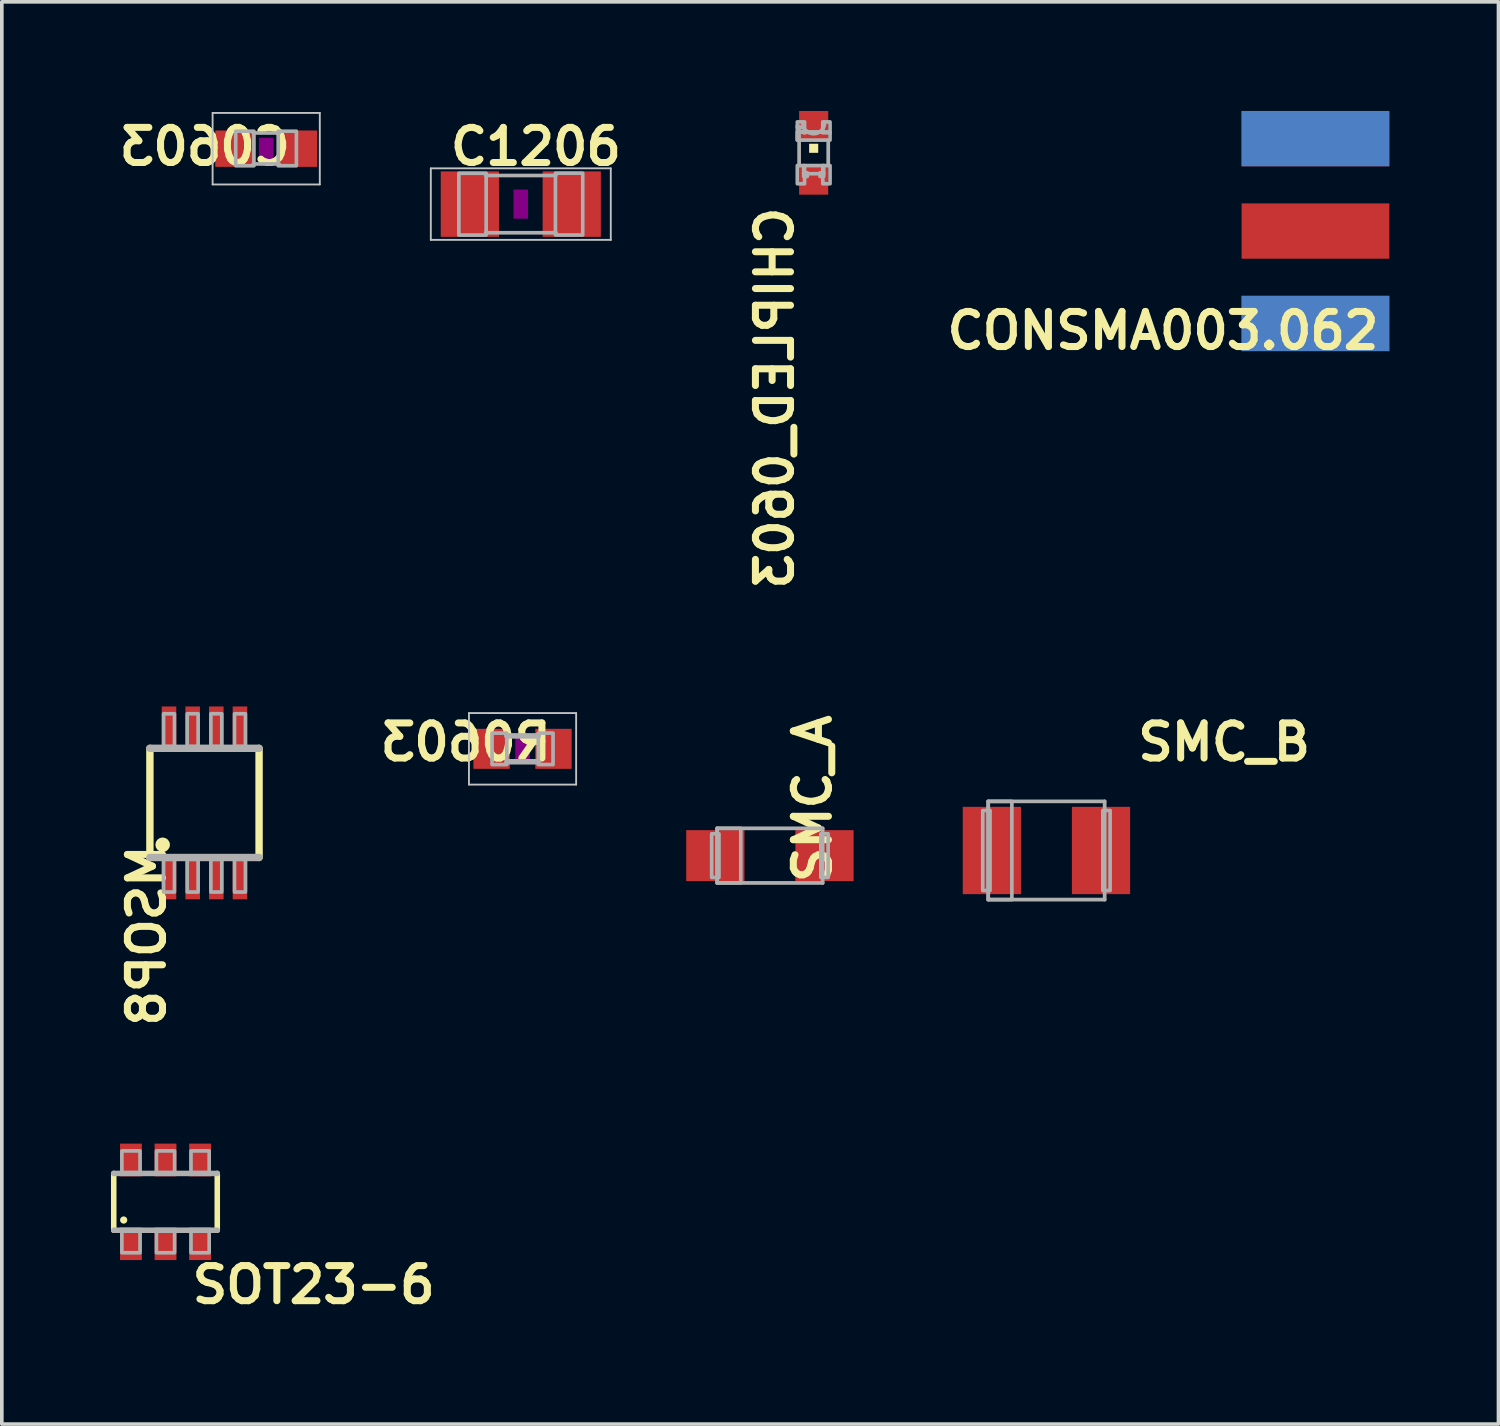
<source format=kicad_pcb>
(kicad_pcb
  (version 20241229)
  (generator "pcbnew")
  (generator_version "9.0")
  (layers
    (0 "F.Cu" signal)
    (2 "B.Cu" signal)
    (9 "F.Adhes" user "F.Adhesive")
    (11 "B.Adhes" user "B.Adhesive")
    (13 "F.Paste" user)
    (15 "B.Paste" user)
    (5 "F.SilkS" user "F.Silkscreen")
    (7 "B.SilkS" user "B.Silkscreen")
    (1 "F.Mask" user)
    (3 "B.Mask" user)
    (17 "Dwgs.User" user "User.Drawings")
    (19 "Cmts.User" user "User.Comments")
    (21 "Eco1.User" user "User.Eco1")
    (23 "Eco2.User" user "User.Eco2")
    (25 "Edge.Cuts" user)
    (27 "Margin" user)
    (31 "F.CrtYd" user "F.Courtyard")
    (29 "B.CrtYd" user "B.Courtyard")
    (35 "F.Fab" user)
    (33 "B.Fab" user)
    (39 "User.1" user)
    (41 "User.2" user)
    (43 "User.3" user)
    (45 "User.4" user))
  (footprint "SMC_B"
    (layer "F.Cu")
    (at 25.709 20.324)
    (property "Reference" "SMC_B" (at 2.413 -2.413 180) (layer "F.SilkS") (effects (font (size 0.965 0.965) (thickness 0.193)) (justify left bottom)))
    (attr through_hole)
    (fp_line (start -1.6 -1.35) (end 1.6 -1.35) (stroke (width 0.102) (type solid)) (layer "F.Fab"))
    (fp_line (start -1.6 1.35) (end -1.6 -1.35) (stroke (width 0.102) (type solid)) (layer "F.Fab"))
    (fp_line (start 1.6 -1.35) (end 1.6 1.35) (stroke (width 0.102) (type solid)) (layer "F.Fab"))
    (fp_line (start 1.6 1.35) (end -1.6 1.35) (stroke (width 0.102) (type solid)) (layer "F.Fab"))
    (fp_poly (pts (xy -1.75 1.1) (xy -1.55 1.1) (xy -1.55 -1.1) (xy -1.75 -1.1)) (stroke (width 0.1) (type solid)) (fill no) (layer "F.Fab"))
    (fp_poly (pts (xy -1.6 1.35) (xy -0.95 1.35) (xy -0.95 -1.35) (xy -1.6 -1.35)) (stroke (width 0.1) (type solid)) (fill no) (layer "F.Fab"))
    (fp_poly (pts (xy 1.75 -1.1) (xy 1.55 -1.1) (xy 1.55 1.1) (xy 1.75 1.1)) (stroke (width 0.1) (type solid)) (fill no) (layer "F.Fab"))
    (pad "+" smd rect (at -1.5 0) (size 1.6 2.4) (layers "F.Cu" "F.Mask" "F.Paste"))
    (pad "-" smd rect (at 1.5 0 180) (size 1.6 2.4) (layers "F.Cu" "F.Mask" "F.Paste")))
  (footprint "C0603"
    (layer "F.Cu")
    (at 4.266 1.036)
    (property "Reference" "C0603" (at 0.762 0.508 180) (layer "F.SilkS") (effects (font (size 0.965 0.965) (thickness 0.193)) (justify left bottom mirror)))
    (attr through_hole)
    (fp_poly (pts (xy -0.2 0.3) (xy 0.2 0.3) (xy 0.2 -0.3) (xy -0.2 -0.3)) (stroke (width 0) (type solid)) (fill yes) (layer "F.Adhes"))
    (fp_line (start -1.473 -0.983) (end 1.473 -0.983) (stroke (width 0.051) (type solid)) (layer "Dwgs.User"))
    (fp_line (start -1.473 0.983) (end -1.473 -0.983) (stroke (width 0.051) (type solid)) (layer "Dwgs.User"))
    (fp_line (start 1.473 -0.983) (end 1.473 0.983) (stroke (width 0.051) (type solid)) (layer "Dwgs.User"))
    (fp_line (start 1.473 0.983) (end -1.473 0.983) (stroke (width 0.051) (type solid)) (layer "Dwgs.User"))
    (fp_line (start -0.356 -0.432) (end 0.356 -0.432) (stroke (width 0.102) (type solid)) (layer "F.Fab"))
    (fp_line (start -0.356 0.419) (end 0.356 0.419) (stroke (width 0.102) (type solid)) (layer "F.Fab"))
    (fp_poly (pts (xy -0.838 0.47) (xy -0.338 0.47) (xy -0.338 -0.48) (xy -0.838 -0.48)) (stroke (width 0.1) (type solid)) (fill no) (layer "F.Fab"))
    (fp_poly (pts (xy 0.33 0.47) (xy 0.83 0.47) (xy 0.83 -0.48) (xy 0.33 -0.48)) (stroke (width 0.1) (type solid)) (fill no) (layer "F.Fab"))
    (pad "1" smd rect (at -0.85 0) (size 1.1 1) (layers "F.Cu" "F.Mask" "F.Paste"))
    (pad "2" smd rect (at 0.85 0) (size 1.1 1) (layers "F.Cu" "F.Mask" "F.Paste")))
  (footprint "MSOP8"
    (layer "F.Cu")
    (at 2.57 19.016)
    (property "Reference" "MSOP8" (at -1.026 1.06 270) (layer "F.SilkS") (effects (font (size 0.965 0.965) (thickness 0.193)) (justify left bottom mirror)))
    (attr through_hole)
    (fp_line (start -1.5 -1.5) (end -1.5 1.5) (stroke (width 0.203) (type solid)) (layer "F.SilkS"))
    (fp_line (start 1.5 1.5) (end 1.5 -1.5) (stroke (width 0.203) (type solid)) (layer "F.SilkS"))
    (fp_circle (center -1.15 1.15) (end -1.05 1.15) (stroke (width 0.2) (type solid)) (fill no) (layer "F.SilkS"))
    (fp_line (start -1.5 1.5) (end 1.5 1.5) (stroke (width 0.203) (type solid)) (layer "F.Fab"))
    (fp_line (start 1.5 -1.5) (end -1.5 -1.5) (stroke (width 0.203) (type solid)) (layer "F.Fab"))
    (fp_poly (pts (xy -1.125 -1.55) (xy -0.825 -1.55) (xy -0.825 -2.45) (xy -1.125 -2.45)) (stroke (width 0.1) (type solid)) (fill no) (layer "F.Fab"))
    (fp_poly (pts (xy -1.125 2.45) (xy -0.825 2.45) (xy -0.825 1.55) (xy -1.125 1.55)) (stroke (width 0.1) (type solid)) (fill no) (layer "F.Fab"))
    (fp_poly (pts (xy -0.475 -1.55) (xy -0.175 -1.55) (xy -0.175 -2.45) (xy -0.475 -2.45)) (stroke (width 0.1) (type solid)) (fill no) (layer "F.Fab"))
    (fp_poly (pts (xy -0.475 2.45) (xy -0.175 2.45) (xy -0.175 1.55) (xy -0.475 1.55)) (stroke (width 0.1) (type solid)) (fill no) (layer "F.Fab"))
    (fp_poly (pts (xy 0.175 -1.55) (xy 0.475 -1.55) (xy 0.475 -2.45) (xy 0.175 -2.45)) (stroke (width 0.1) (type solid)) (fill no) (layer "F.Fab"))
    (fp_poly (pts (xy 0.175 2.45) (xy 0.475 2.45) (xy 0.475 1.55) (xy 0.175 1.55)) (stroke (width 0.1) (type solid)) (fill no) (layer "F.Fab"))
    (fp_poly (pts (xy 0.825 -1.55) (xy 1.125 -1.55) (xy 1.125 -2.45) (xy 0.825 -2.45)) (stroke (width 0.1) (type solid)) (fill no) (layer "F.Fab"))
    (fp_poly (pts (xy 0.825 2.45) (xy 1.125 2.45) (xy 1.125 1.55) (xy 0.825 1.55)) (stroke (width 0.1) (type solid)) (fill no) (layer "F.Fab"))
    (pad "1" smd rect (at -0.975 2.05) (size 0.4 1.2) (layers "F.Cu" "F.Mask" "F.Paste"))
    (pad "2" smd rect (at -0.325 2.05) (size 0.4 1.2) (layers "F.Cu" "F.Mask" "F.Paste"))
    (pad "3" smd rect (at 0.325 2.05) (size 0.4 1.2) (layers "F.Cu" "F.Mask" "F.Paste"))
    (pad "4" smd rect (at 0.975 2.05) (size 0.4 1.2) (layers "F.Cu" "F.Mask" "F.Paste"))
    (pad "5" smd rect (at 0.975 -2.05) (size 0.4 1.2) (layers "F.Cu" "F.Mask" "F.Paste"))
    (pad "6" smd rect (at 0.325 -2.05) (size 0.4 1.2) (layers "F.Cu" "F.Mask" "F.Paste"))
    (pad "7" smd rect (at -0.325 -2.05) (size 0.4 1.2) (layers "F.Cu" "F.Mask" "F.Paste"))
    (pad "8" smd rect (at -0.975 -2.05) (size 0.4 1.2) (layers "F.Cu" "F.Mask" "F.Paste")))
  (footprint "SMC_A"
    (layer "F.Cu")
    (at 18.109 20.465)
    (property "Reference" "SMC_A" (at 1.737 0.838 270) (layer "F.SilkS") (effects (font (size 0.965 0.965) (thickness 0.193)) (justify left bottom)))
    (attr through_hole)
    (fp_line (start -1.45 -0.75) (end 1.45 -0.75) (stroke (width 0.102) (type solid)) (layer "F.Fab"))
    (fp_line (start -1.45 0.75) (end -1.45 -0.75) (stroke (width 0.102) (type solid)) (layer "F.Fab"))
    (fp_line (start 1.45 -0.75) (end 1.45 0.75) (stroke (width 0.102) (type solid)) (layer "F.Fab"))
    (fp_line (start 1.45 0.75) (end -1.45 0.75) (stroke (width 0.102) (type solid)) (layer "F.Fab"))
    (fp_poly (pts (xy -1.6 0.6) (xy -1.4 0.6) (xy -1.4 -0.6) (xy -1.6 -0.6)) (stroke (width 0.1) (type solid)) (fill no) (layer "F.Fab"))
    (fp_poly (pts (xy -1.45 0.75) (xy -0.8 0.75) (xy -0.8 -0.75) (xy -1.45 -0.75)) (stroke (width 0.1) (type solid)) (fill no) (layer "F.Fab"))
    (fp_poly (pts (xy 1.6 -0.6) (xy 1.4 -0.6) (xy 1.4 0.6) (xy 1.6 0.6)) (stroke (width 0.1) (type solid)) (fill no) (layer "F.Fab"))
    (pad "+" smd rect (at -1.5 0) (size 1.6 1.4) (layers "F.Cu" "F.Mask" "F.Paste"))
    (pad "-" smd rect (at 1.5 0 180) (size 1.6 1.4) (layers "F.Cu" "F.Mask" "F.Paste")))
  (footprint "CHIPLED_0603"
    (layer "F.Cu")
    (at 19.312 1.15)
    (property "Reference" "CHIPLED_0603" (at -0.508 1.397 270) (layer "F.SilkS") (effects (font (size 0.965 0.965) (thickness 0.193)) (justify left bottom mirror)))
    (attr through_hole)
    (fp_poly (pts (xy -0.125 0) (xy 0.125 0) (xy 0.125 -0.25) (xy -0.125 -0.25)) (stroke (width 0) (type solid)) (fill yes) (layer "F.SilkS"))
    (fp_line (start -0.4 -0.375) (end -0.4 0.35) (stroke (width 0.102) (type solid)) (layer "F.Fab"))
    (fp_line (start 0.4 -0.35) (end 0.4 0.35) (stroke (width 0.102) (type solid)) (layer "F.Fab"))
    (fp_arc (start -0.275 0.825) (mid 0 0.55) (end 0.275 0.825) (stroke (width 0.0508) (type solid)) (layer "F.Fab"))
    (fp_arc (start 0.3 -0.799998) (mid -0.000001 -0.524966) (end -0.3 -0.8) (stroke (width 0.1016) (type solid)) (layer "F.Fab"))
    (fp_circle (center -0.35 -0.625) (end -0.275 -0.625) (stroke (width 0.051) (type solid)) (fill no) (layer "F.Fab"))
    (fp_poly (pts (xy -0.45 -0.7) (xy -0.25 -0.7) (xy -0.25 -0.85) (xy -0.45 -0.85)) (stroke (width 0.1) (type solid)) (fill no) (layer "F.Fab"))
    (fp_poly (pts (xy -0.45 -0.35) (xy -0.4 -0.35) (xy -0.4 -0.725) (xy -0.45 -0.725)) (stroke (width 0.1) (type solid)) (fill no) (layer "F.Fab"))
    (fp_poly (pts (xy -0.45 -0.35) (xy 0.45 -0.35) (xy 0.45 -0.575) (xy -0.45 -0.575)) (stroke (width 0.1) (type solid)) (fill no) (layer "F.Fab"))
    (fp_poly (pts (xy -0.45 0.85) (xy -0.25 0.85) (xy -0.25 0.35) (xy -0.45 0.35)) (stroke (width 0.1) (type solid)) (fill no) (layer "F.Fab"))
    (fp_poly (pts (xy -0.275 -0.55) (xy -0.225 -0.55) (xy -0.225 -0.6) (xy -0.275 -0.6)) (stroke (width 0.1) (type solid)) (fill no) (layer "F.Fab"))
    (fp_poly (pts (xy -0.275 0.575) (xy 0.275 0.575) (xy 0.275 0.35) (xy -0.275 0.35)) (stroke (width 0.1) (type solid)) (fill no) (layer "F.Fab"))
    (fp_poly (pts (xy -0.275 0.65) (xy -0.175 0.65) (xy -0.175 0.55) (xy -0.275 0.55)) (stroke (width 0.1) (type solid)) (fill no) (layer "F.Fab"))
    (fp_poly (pts (xy 0.175 0.65) (xy 0.275 0.65) (xy 0.275 0.55) (xy 0.175 0.55)) (stroke (width 0.1) (type solid)) (fill no) (layer "F.Fab"))
    (fp_poly (pts (xy 0.25 -0.55) (xy 0.45 -0.55) (xy 0.45 -0.85) (xy 0.25 -0.85)) (stroke (width 0.1) (type solid)) (fill no) (layer "F.Fab"))
    (fp_poly (pts (xy 0.25 0.85) (xy 0.45 0.85) (xy 0.45 0.35) (xy 0.25 0.35)) (stroke (width 0.1) (type solid)) (fill no) (layer "F.Fab"))
    (pad "A" smd rect (at 0 0.75) (size 0.8 0.8) (layers "F.Cu" "F.Mask" "F.Paste"))
    (pad "C" smd rect (at 0 -0.75) (size 0.8 0.8) (layers "F.Cu" "F.Mask" "F.Paste")))
  (footprint "CONSMA003.062"
    (layer "F.Cu")
    (at 33.102 3.3)
    (property "Reference" "CONSMA003.062" (at -4.191 3.302 0) (layer "F.SilkS") (effects (font (size 0.965 0.965) (thickness 0.193)) (justify bottom)))
    (attr through_hole)
    (pad "ANT" smd rect (at 0 0) (size 4.06 1.52) (layers "F.Cu" "F.Mask" "F.Paste"))
    (pad "GND1" smd rect (at 0 -2.54) (size 4.06 1.52) (layers "F.Cu" "F.Mask" "F.Paste"))
    (pad "GND2" smd rect (at 0 2.54) (size 4.06 1.52) (layers "F.Cu" "F.Mask" "F.Paste"))
    (pad "GND3" smd rect (at 0 -2.54 180) (size 4.06 1.52) (layers "B.Cu" "B.Mask" "B.Paste"))
    (pad "GND4" smd rect (at 0 2.54 180) (size 4.06 1.52) (layers "B.Cu" "B.Mask" "B.Paste")))
  (footprint "R0603"
    (layer "F.Cu")
    (at 11.311 17.53)
    (property "Reference" "R0603" (at 0.889 0.381 180) (layer "F.SilkS") (effects (font (size 0.965 0.965) (thickness 0.193)) (justify left bottom mirror)))
    (attr through_hole)
    (fp_poly (pts (xy -0.2 0.4) (xy 0.2 0.4) (xy 0.2 -0.4) (xy -0.2 -0.4)) (stroke (width 0) (type solid)) (fill yes) (layer "F.Adhes"))
    (fp_line (start -1.473 -0.983) (end 1.473 -0.983) (stroke (width 0.051) (type solid)) (layer "Dwgs.User"))
    (fp_line (start -1.473 0.983) (end -1.473 -0.983) (stroke (width 0.051) (type solid)) (layer "Dwgs.User"))
    (fp_line (start 1.473 -0.983) (end 1.473 0.983) (stroke (width 0.051) (type solid)) (layer "Dwgs.User"))
    (fp_line (start 1.473 0.983) (end -1.473 0.983) (stroke (width 0.051) (type solid)) (layer "Dwgs.User"))
    (fp_line (start -0.432 0.356) (end 0.432 0.356) (stroke (width 0.152) (type solid)) (layer "F.Fab"))
    (fp_line (start 0.432 -0.356) (end -0.432 -0.356) (stroke (width 0.152) (type solid)) (layer "F.Fab"))
    (fp_poly (pts (xy -0.838 0.432) (xy -0.432 0.432) (xy -0.432 -0.432) (xy -0.838 -0.432)) (stroke (width 0.1) (type solid)) (fill no) (layer "F.Fab"))
    (fp_poly (pts (xy 0.432 0.432) (xy 0.838 0.432) (xy 0.838 -0.432) (xy 0.432 -0.432)) (stroke (width 0.1) (type solid)) (fill no) (layer "F.Fab"))
    (pad "1" smd rect (at -0.85 0) (size 1 1.1) (layers "F.Cu" "F.Mask" "F.Paste"))
    (pad "2" smd rect (at 0.85 0) (size 1 1.1) (layers "F.Cu" "F.Mask" "F.Paste")))
  (footprint "SOT23-6"
    (layer "F.Cu")
    (at 1.499 29.98)
    (property "Reference" "SOT23-6" (at 0.635 2.845 0) (layer "F.SilkS") (effects (font (size 0.965 0.965) (thickness 0.193)) (justify left bottom)))
    (attr through_hole)
    (fp_line (start -1.423 0.781) (end -1.423 -0.781) (stroke (width 0.152) (type solid)) (layer "F.SilkS"))
    (fp_line (start 1.422 -0.781) (end 1.422 0.781) (stroke (width 0.152) (type solid)) (layer "F.SilkS"))
    (fp_circle (center -1.15 0.5) (end -1.1 0.5) (stroke (width 0.1) (type solid)) (fill no) (layer "F.SilkS"))
    (fp_line (start -1.423 -0.781) (end 1.422 -0.781) (stroke (width 0.152) (type solid)) (layer "F.Fab"))
    (fp_line (start 1.422 0.781) (end -1.423 0.781) (stroke (width 0.152) (type solid)) (layer "F.Fab"))
    (fp_poly (pts (xy -1.2 -0.8) (xy -0.7 -0.8) (xy -0.7 -1.4) (xy -1.2 -1.4)) (stroke (width 0.1) (type solid)) (fill no) (layer "F.Fab"))
    (fp_poly (pts (xy -1.2 1.4) (xy -0.7 1.4) (xy -0.7 0.8) (xy -1.2 0.8)) (stroke (width 0.1) (type solid)) (fill no) (layer "F.Fab"))
    (fp_poly (pts (xy -0.25 -0.8) (xy 0.25 -0.8) (xy 0.25 -1.4) (xy -0.25 -1.4)) (stroke (width 0.1) (type solid)) (fill no) (layer "F.Fab"))
    (fp_poly (pts (xy -0.25 1.4) (xy 0.25 1.4) (xy 0.25 0.8) (xy -0.25 0.8)) (stroke (width 0.1) (type solid)) (fill no) (layer "F.Fab"))
    (fp_poly (pts (xy 0.7 -0.8) (xy 1.2 -0.8) (xy 1.2 -1.4) (xy 0.7 -1.4)) (stroke (width 0.1) (type solid)) (fill no) (layer "F.Fab"))
    (fp_poly (pts (xy 0.7 1.4) (xy 1.2 1.4) (xy 1.2 0.8) (xy 0.7 0.8)) (stroke (width 0.1) (type solid)) (fill no) (layer "F.Fab"))
    (pad "1" smd rect (at -0.95 1.15) (size 0.6 0.9) (layers "F.Cu" "F.Mask" "F.Paste"))
    (pad "2" smd rect (at 0 1.15) (size 0.6 0.9) (layers "F.Cu" "F.Mask" "F.Paste"))
    (pad "3" smd rect (at 0.95 1.15) (size 0.6 0.9) (layers "F.Cu" "F.Mask" "F.Paste"))
    (pad "4" smd rect (at 0.95 -1.15) (size 0.6 0.9) (layers "F.Cu" "F.Mask" "F.Paste"))
    (pad "5" smd rect (at 0 -1.15) (size 0.6 0.9) (layers "F.Cu" "F.Mask" "F.Paste"))
    (pad "6" smd rect (at -0.95 -1.15) (size 0.6 0.9) (layers "F.Cu" "F.Mask" "F.Paste")))
  (footprint "C1206"
    (layer "F.Cu")
    (at 11.263 2.56)
    (property "Reference" "C1206" (at -2.032 -1.016 0) (layer "F.SilkS") (effects (font (size 0.965 0.965) (thickness 0.193)) (justify left bottom)))
    (attr through_hole)
    (fp_poly (pts (xy -0.2 0.4) (xy 0.2 0.4) (xy 0.2 -0.4) (xy -0.2 -0.4)) (stroke (width 0) (type solid)) (fill yes) (layer "F.Adhes"))
    (fp_line (start -2.473 -0.983) (end 2.473 -0.983) (stroke (width 0.051) (type solid)) (layer "Dwgs.User"))
    (fp_line (start -2.473 0.983) (end -2.473 -0.983) (stroke (width 0.051) (type solid)) (layer "Dwgs.User"))
    (fp_line (start 2.473 -0.983) (end 2.473 0.983) (stroke (width 0.051) (type solid)) (layer "Dwgs.User"))
    (fp_line (start 2.473 0.983) (end -2.473 0.983) (stroke (width 0.051) (type solid)) (layer "Dwgs.User"))
    (fp_line (start -0.965 -0.787) (end 0.965 -0.787) (stroke (width 0.102) (type solid)) (layer "F.Fab"))
    (fp_line (start -0.965 0.787) (end 0.965 0.787) (stroke (width 0.102) (type solid)) (layer "F.Fab"))
    (fp_poly (pts (xy -1.702 0.851) (xy -0.952 0.851) (xy -0.952 -0.849) (xy -1.702 -0.849)) (stroke (width 0.1) (type solid)) (fill no) (layer "F.Fab"))
    (fp_poly (pts (xy 0.952 0.849) (xy 1.702 0.849) (xy 1.702 -0.851) (xy 0.952 -0.851)) (stroke (width 0.1) (type solid)) (fill no) (layer "F.Fab"))
    (pad "1" smd rect (at -1.4 0) (size 1.6 1.8) (layers "F.Cu" "F.Mask" "F.Paste"))
    (pad "2" smd rect (at 1.4 0) (size 1.6 1.8) (layers "F.Cu" "F.Mask" "F.Paste")))
  (gr_rect
    (start -3 -3)
    (end 38.132 36.087)
    (stroke (width 0.1) (type default))
    (fill no)
    (layer "Edge.Cuts")))
</source>
